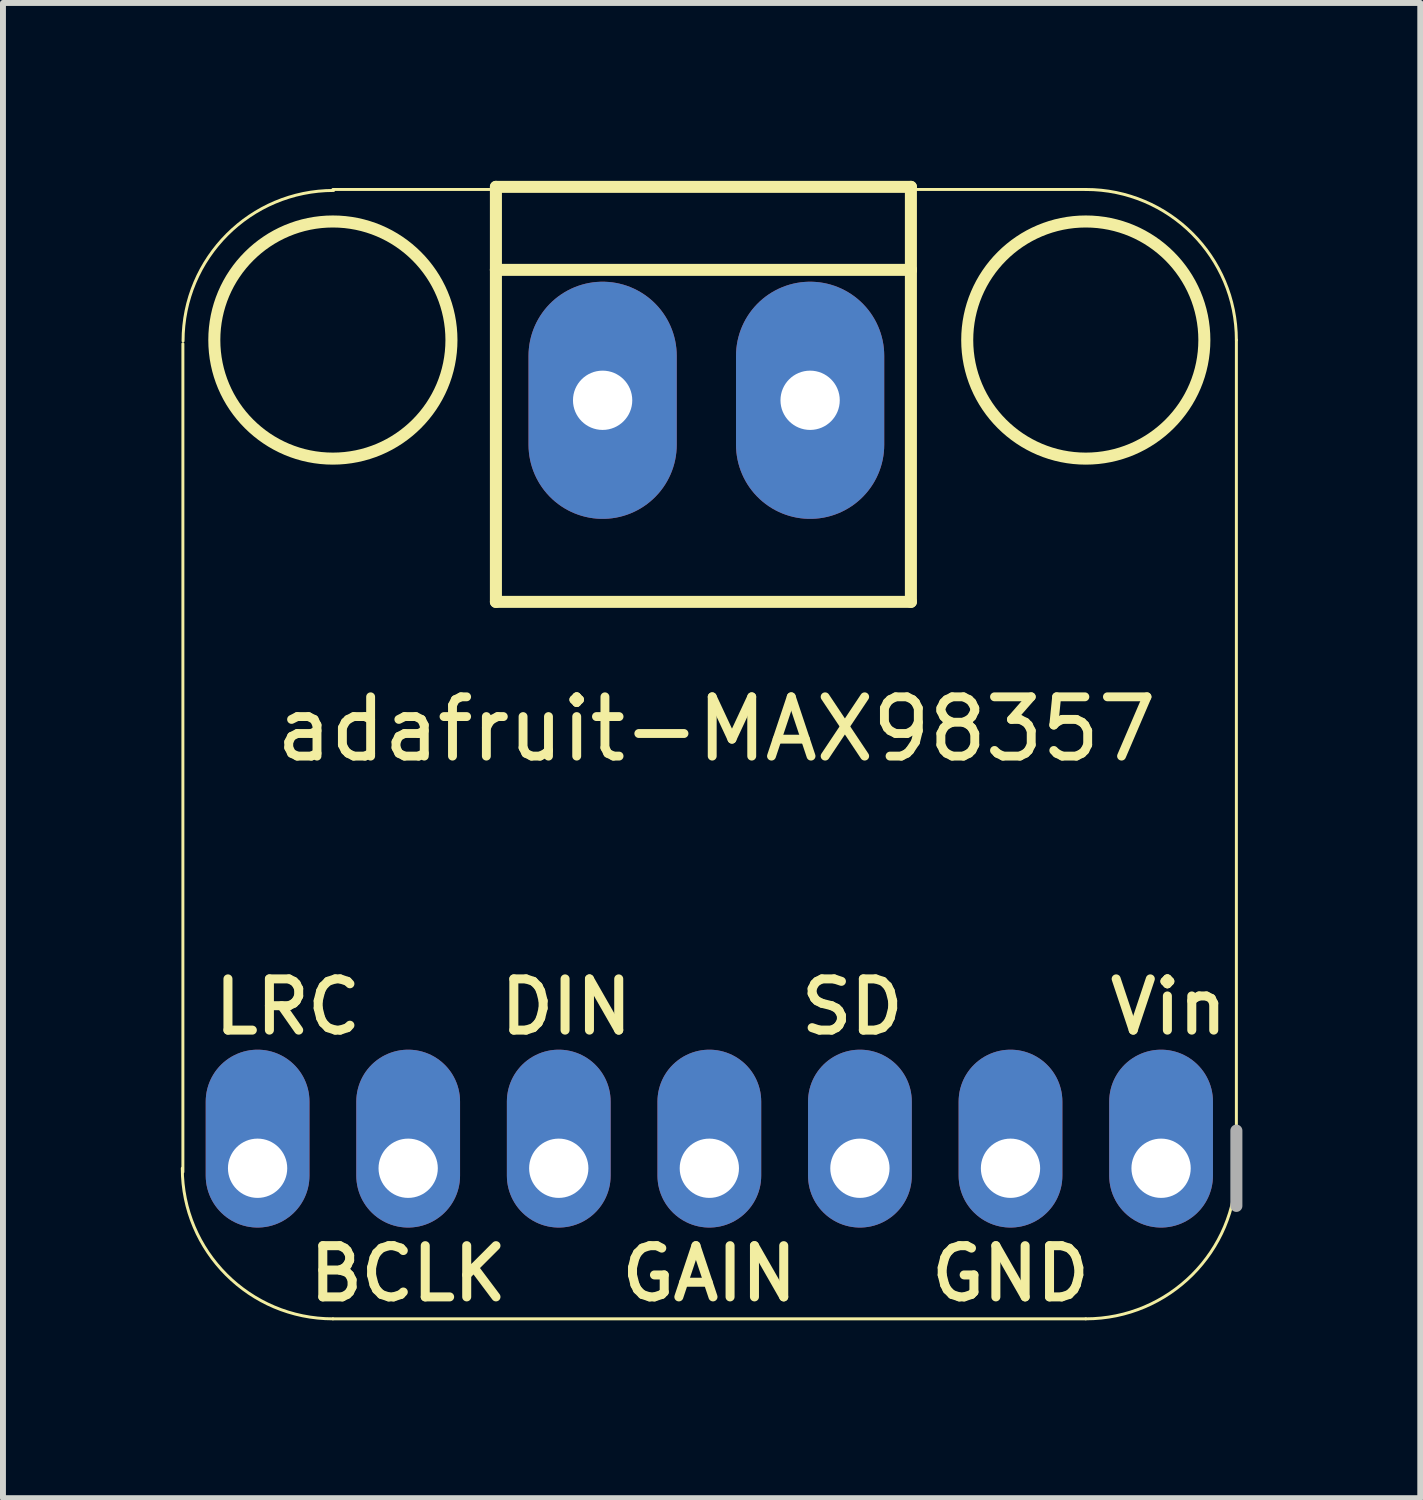
<source format=kicad_pcb>
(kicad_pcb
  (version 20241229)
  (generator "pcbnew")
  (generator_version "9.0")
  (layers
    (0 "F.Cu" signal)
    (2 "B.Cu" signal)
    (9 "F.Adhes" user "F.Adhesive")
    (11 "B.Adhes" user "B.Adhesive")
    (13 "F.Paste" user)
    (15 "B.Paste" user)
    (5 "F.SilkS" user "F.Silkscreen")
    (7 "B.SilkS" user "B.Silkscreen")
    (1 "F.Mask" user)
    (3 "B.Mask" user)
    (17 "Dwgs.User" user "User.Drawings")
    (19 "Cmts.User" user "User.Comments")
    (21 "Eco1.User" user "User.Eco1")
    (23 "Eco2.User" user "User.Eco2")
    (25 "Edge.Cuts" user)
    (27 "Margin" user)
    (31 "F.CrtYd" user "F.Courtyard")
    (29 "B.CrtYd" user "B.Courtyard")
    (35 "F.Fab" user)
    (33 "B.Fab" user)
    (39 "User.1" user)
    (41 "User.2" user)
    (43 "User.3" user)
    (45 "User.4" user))
  (footprint "adafruit-MAX98357"
    (layer "F.Cu")
    (at 9.035 9.749)
    (property "Reference" "adafruit-MAX98357" (at 0 -0.5 0) (unlocked yes) (layer "F.SilkS") (effects (font (size 1 1) (thickness 0.15))))
    (attr through_hole)
    (fp_line (start -9 -7) (end -9 6.97) (stroke (width 0.05) (type solid)) (layer "F.SilkS"))
    (fp_line (start -6.47 -9.603) (end 6.23 -9.603) (stroke (width 0.05) (type solid)) (layer "F.SilkS"))
    (fp_line (start -3.72 -9.647) (end -3.72 -8.247) (stroke (width 0.203) (type solid)) (layer "F.SilkS"))
    (fp_line (start -3.72 -8.247) (end -3.72 -2.647) (stroke (width 0.203) (type solid)) (layer "F.SilkS"))
    (fp_line (start -3.72 -2.647) (end 3.28 -2.647) (stroke (width 0.203) (type solid)) (layer "F.SilkS"))
    (fp_line (start 3.28 -9.647) (end -3.72 -9.647) (stroke (width 0.203) (type solid)) (layer "F.SilkS"))
    (fp_line (start 3.28 -8.247) (end -3.72 -8.247) (stroke (width 0.203) (type solid)) (layer "F.SilkS"))
    (fp_line (start 3.28 -8.247) (end 3.28 -9.647) (stroke (width 0.203) (type solid)) (layer "F.SilkS"))
    (fp_line (start 3.28 -2.647) (end 3.28 -8.247) (stroke (width 0.203) (type solid)) (layer "F.SilkS"))
    (fp_line (start 6.23 9.447) (end -6.47 9.447) (stroke (width 0.05) (type solid)) (layer "F.SilkS"))
    (fp_line (start 8.77 -7.063) (end 8.77 6.907) (stroke (width 0.05) (type solid)) (layer "F.SilkS"))
    (fp_arc (start -8.997238 -7.046548) (mid -8.253289 -8.842599) (end -6.457238 -9.586548) (stroke (width 0.05) (type solid)) (layer "F.SilkS"))
    (fp_arc (start -6.47 9.447) (mid -8.266051 8.703051) (end -9.01 6.907) (stroke (width 0.05) (type solid)) (layer "F.SilkS"))
    (fp_arc (start 6.23 -9.603) (mid 8.026051 -8.859051) (end 8.77 -7.063) (stroke (width 0.05) (type solid)) (layer "F.SilkS"))
    (fp_arc (start 8.77 6.907) (mid 8.026051 8.703051) (end 6.23 9.447) (stroke (width 0.05) (type solid)) (layer "F.SilkS"))
    (fp_circle (center -6.47 -7.063) (end -4.47 -7.063) (stroke (width 0.203) (type solid)) (fill no) (layer "F.SilkS"))
    (fp_circle (center 6.23 -7.063) (end 8.23 -7.063) (stroke (width 0.203) (type solid)) (fill no) (layer "F.SilkS"))
    (fp_line (start 8.77 7.542) (end 8.77 6.272) (stroke (width 0.203) (type solid)) (layer "F.Fab"))
    (fp_text user "DIN" (at -2.533 4.185 180) (layer "F.SilkS") (effects (font (size 0.864 0.864) (thickness 0.152))))
    (fp_text user "GAIN" (at -0.12 8.685 180) (layer "F.SilkS") (effects (font (size 0.864 0.864) (thickness 0.152))))
    (fp_text user "BCLK" (at -5.2 8.685 180) (layer "F.SilkS") (effects (font (size 0.864 0.864) (thickness 0.152))))
    (fp_text user "SD" (at 2.293 4.185 180) (layer "F.SilkS") (effects (font (size 0.864 0.864) (thickness 0.152))))
    (fp_text user "GND" (at 4.96 8.685 180) (layer "F.SilkS") (effects (font (size 0.864 0.864) (thickness 0.152))))
    (fp_text user "LRC" (at -7.232 4.185 180) (layer "F.SilkS") (effects (font (size 0.864 0.864) (thickness 0.152))))
    (fp_text user "Vin" (at 7.627 4.185 180) (layer "F.SilkS") (effects (font (size 0.864 0.864) (thickness 0.152))))
    (pad "1" thru_hole oval (at 7.5 6.907 270) (size 3 1.75) (drill 1 (offset -0.5 0)) (layers "*.Cu" "*.Mask"))
    (pad "2" thru_hole oval (at 4.96 6.907 270) (size 3 1.75) (drill 1 (offset -0.5 0)) (layers "*.Cu" "*.Mask"))
    (pad "3" thru_hole oval (at 2.42 6.907 270) (size 3 1.75) (drill 1 (offset -0.5 0)) (layers "*.Cu" "*.Mask"))
    (pad "4" thru_hole oval (at -0.12 6.907 270) (size 3 1.75) (drill 1 (offset -0.5 0)) (layers "*.Cu" "*.Mask"))
    (pad "5" thru_hole oval (at -2.66 6.907 270) (size 3 1.75) (drill 1 (offset -0.5 0)) (layers "*.Cu" "*.Mask"))
    (pad "6" thru_hole oval (at -5.2 6.907 270) (size 3 1.75) (drill 1 (offset -0.5 0)) (layers "*.Cu" "*.Mask"))
    (pad "7" thru_hole oval (at -7.74 6.907 270) (size 3 1.75) (drill 1 (offset -0.5 0)) (layers "*.Cu" "*.Mask"))
    (pad "8" thru_hole oval (at -1.92 -6.047 180) (size 2.5 4) (drill 1) (layers "*.Cu" "*.Mask"))
    (pad "9" thru_hole oval (at 1.58 -6.047 180) (size 2.5 4) (drill 1) (layers "*.Cu" "*.Mask")))
  (gr_rect
    (start -3 -3)
    (end 20.907 22.221)
    (stroke (width 0.1) (type default))
    (fill no)
    (layer "Edge.Cuts")))
</source>
